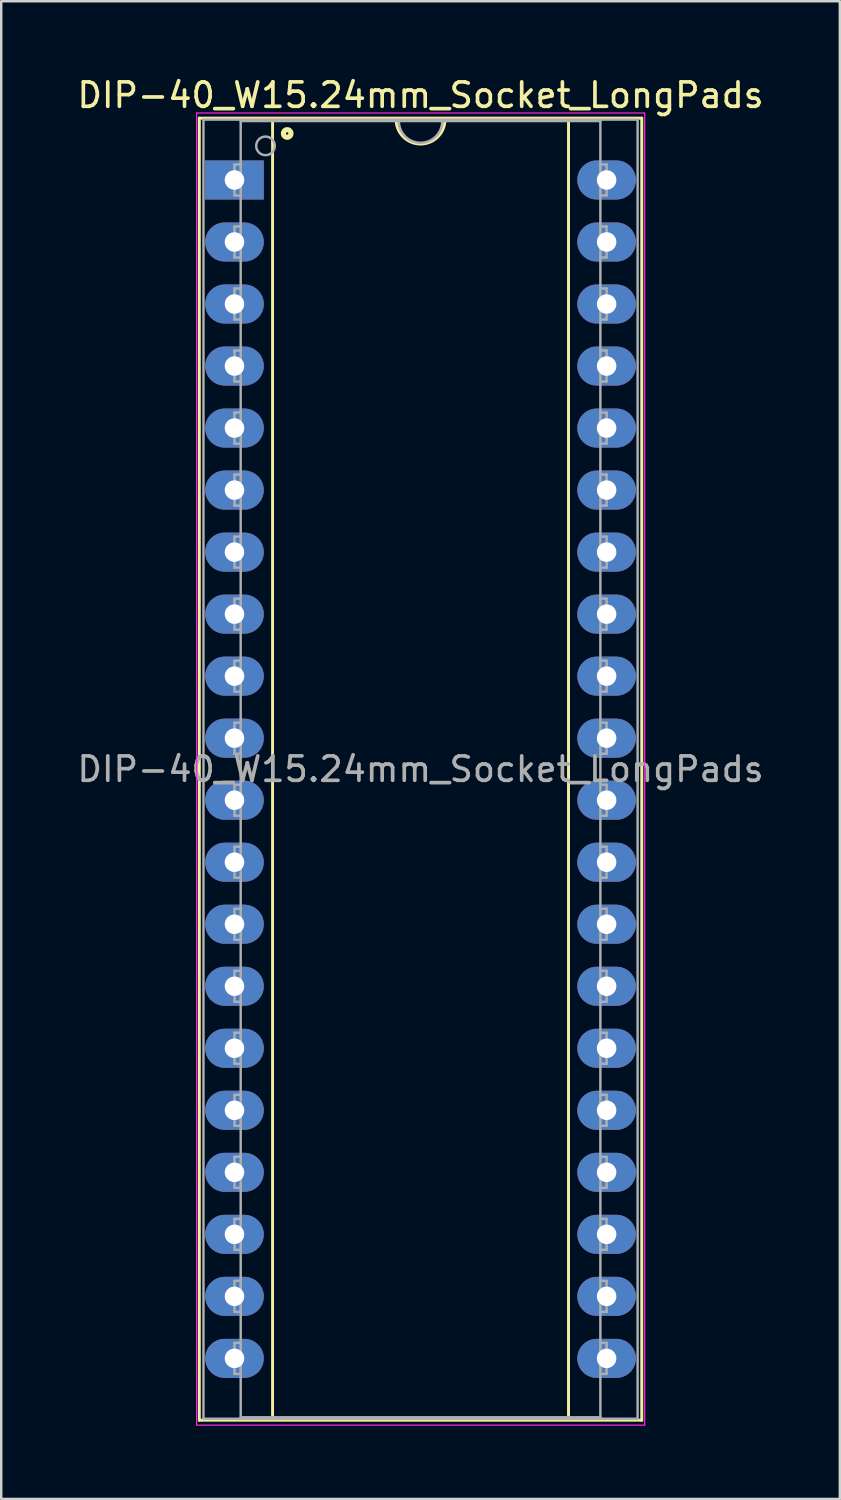
<source format=kicad_pcb>
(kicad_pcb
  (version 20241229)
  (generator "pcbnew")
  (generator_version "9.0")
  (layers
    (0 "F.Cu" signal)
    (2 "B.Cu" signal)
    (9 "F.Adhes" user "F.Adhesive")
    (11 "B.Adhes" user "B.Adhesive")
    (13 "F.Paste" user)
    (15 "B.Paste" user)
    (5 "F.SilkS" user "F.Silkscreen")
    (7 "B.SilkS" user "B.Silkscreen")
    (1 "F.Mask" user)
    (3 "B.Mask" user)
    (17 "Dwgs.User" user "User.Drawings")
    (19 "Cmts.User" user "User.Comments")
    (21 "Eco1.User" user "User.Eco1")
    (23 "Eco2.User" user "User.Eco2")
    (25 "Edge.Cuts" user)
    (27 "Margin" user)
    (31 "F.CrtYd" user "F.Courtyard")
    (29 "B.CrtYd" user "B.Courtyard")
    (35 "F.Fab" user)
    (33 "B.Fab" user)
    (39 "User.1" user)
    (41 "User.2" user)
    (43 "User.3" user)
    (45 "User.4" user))
  (footprint "DIP-40_W15.24mm_Socket_LongPads"
    (layer "F.Cu")
    (at 6.553 4.321)
    (property "Reference" "DIP-40_W15.24mm_Socket_LongPads" (at 7.62 -3.473 0) (layer "F.SilkS") (effects (font (size 1 1) (thickness 0.15))))
    (attr through_hole)
    (fp_line (start -1.44 -2.533) (end -1.44 50.793) (stroke (width 0.12) (type solid)) (layer "F.SilkS"))
    (fp_line (start -1.44 50.793) (end 16.68 50.793) (stroke (width 0.12) (type solid)) (layer "F.SilkS"))
    (fp_line (start 1.56 -2.473) (end 1.56 50.733) (stroke (width 0.12) (type solid)) (layer "F.SilkS"))
    (fp_line (start 1.56 50.733) (end 13.68 50.733) (stroke (width 0.12) (type solid)) (layer "F.SilkS"))
    (fp_line (start 6.62 -2.473) (end 1.56 -2.473) (stroke (width 0.12) (type solid)) (layer "F.SilkS"))
    (fp_line (start 13.68 -2.473) (end 8.62 -2.473) (stroke (width 0.12) (type solid)) (layer "F.SilkS"))
    (fp_line (start 13.68 50.733) (end 13.68 -2.473) (stroke (width 0.12) (type solid)) (layer "F.SilkS"))
    (fp_line (start 16.68 -2.533) (end -1.44 -2.533) (stroke (width 0.12) (type solid)) (layer "F.SilkS"))
    (fp_line (start 16.68 50.793) (end 16.68 -2.533) (stroke (width 0.12) (type solid)) (layer "F.SilkS"))
    (fp_arc (start 8.62 -2.473) (mid 7.62 -1.473) (end 6.62 -2.473) (stroke (width 0.12) (type solid)) (layer "F.SilkS"))
    (fp_circle (center 2.159 -1.905) (end 2.209 -1.905) (stroke (width 0.12) (type solid)) (fill no) (layer "F.SilkS"))
    (fp_circle (center 2.159 -1.905) (end 2.284 -1.905) (stroke (width 0.12) (type solid)) (fill no) (layer "F.SilkS"))
    (fp_circle (center 2.159 -1.905) (end 2.359 -1.905) (stroke (width 0.12) (type solid)) (fill no) (layer "F.SilkS"))
    (fp_line (start -1.55 -2.743) (end -1.55 50.993) (stroke (width 0.05) (type solid)) (layer "F.CrtYd"))
    (fp_line (start -1.55 50.993) (end 16.8 50.993) (stroke (width 0.05) (type solid)) (layer "F.CrtYd"))
    (fp_line (start 16.8 -2.743) (end -1.55 -2.743) (stroke (width 0.05) (type solid)) (layer "F.CrtYd"))
    (fp_line (start 16.8 50.993) (end 16.8 -2.743) (stroke (width 0.05) (type solid)) (layer "F.CrtYd"))
    (fp_line (start -1.27 -2.473) (end -1.27 50.733) (stroke (width 0.1) (type solid)) (layer "F.Fab"))
    (fp_line (start -1.27 50.733) (end 16.51 50.733) (stroke (width 0.1) (type solid)) (layer "F.Fab"))
    (fp_line (start 0 -0.635) (end 0 0.635) (stroke (width 0.1) (type solid)) (layer "F.Fab"))
    (fp_line (start 0 -0.635) (end 0.254 -0.635) (stroke (width 0.1) (type solid)) (layer "F.Fab"))
    (fp_line (start 0 0.635) (end 0.254 0.635) (stroke (width 0.1) (type solid)) (layer "F.Fab"))
    (fp_line (start 0 1.905) (end 0 3.175) (stroke (width 0.1) (type solid)) (layer "F.Fab"))
    (fp_line (start 0 1.905) (end 0.254 1.905) (stroke (width 0.1) (type solid)) (layer "F.Fab"))
    (fp_line (start 0 3.175) (end 0.254 3.175) (stroke (width 0.1) (type solid)) (layer "F.Fab"))
    (fp_line (start 0 4.445) (end 0 5.715) (stroke (width 0.1) (type solid)) (layer "F.Fab"))
    (fp_line (start 0 4.445) (end 0.254 4.445) (stroke (width 0.1) (type solid)) (layer "F.Fab"))
    (fp_line (start 0 5.715) (end 0.254 5.715) (stroke (width 0.1) (type solid)) (layer "F.Fab"))
    (fp_line (start 0 6.985) (end 0 8.255) (stroke (width 0.1) (type solid)) (layer "F.Fab"))
    (fp_line (start 0 6.985) (end 0.254 6.985) (stroke (width 0.1) (type solid)) (layer "F.Fab"))
    (fp_line (start 0 8.255) (end 0.254 8.255) (stroke (width 0.1) (type solid)) (layer "F.Fab"))
    (fp_line (start 0 9.525) (end 0 10.795) (stroke (width 0.1) (type solid)) (layer "F.Fab"))
    (fp_line (start 0 9.525) (end 0.254 9.525) (stroke (width 0.1) (type solid)) (layer "F.Fab"))
    (fp_line (start 0 10.795) (end 0.254 10.795) (stroke (width 0.1) (type solid)) (layer "F.Fab"))
    (fp_line (start 0 12.065) (end 0 13.335) (stroke (width 0.1) (type solid)) (layer "F.Fab"))
    (fp_line (start 0 12.065) (end 0.254 12.065) (stroke (width 0.1) (type solid)) (layer "F.Fab"))
    (fp_line (start 0 13.335) (end 0.254 13.335) (stroke (width 0.1) (type solid)) (layer "F.Fab"))
    (fp_line (start 0 14.605) (end 0 15.875) (stroke (width 0.1) (type solid)) (layer "F.Fab"))
    (fp_line (start 0 14.605) (end 0.254 14.605) (stroke (width 0.1) (type solid)) (layer "F.Fab"))
    (fp_line (start 0 15.875) (end 0.254 15.875) (stroke (width 0.1) (type solid)) (layer "F.Fab"))
    (fp_line (start 0 17.145) (end 0 18.415) (stroke (width 0.1) (type solid)) (layer "F.Fab"))
    (fp_line (start 0 17.145) (end 0.254 17.145) (stroke (width 0.1) (type solid)) (layer "F.Fab"))
    (fp_line (start 0 18.415) (end 0.254 18.415) (stroke (width 0.1) (type solid)) (layer "F.Fab"))
    (fp_line (start 0 19.685) (end 0 20.955) (stroke (width 0.1) (type solid)) (layer "F.Fab"))
    (fp_line (start 0 19.685) (end 0.254 19.685) (stroke (width 0.1) (type solid)) (layer "F.Fab"))
    (fp_line (start 0 20.955) (end 0.254 20.955) (stroke (width 0.1) (type solid)) (layer "F.Fab"))
    (fp_line (start 0 22.225) (end 0 23.495) (stroke (width 0.1) (type solid)) (layer "F.Fab"))
    (fp_line (start 0 22.225) (end 0.254 22.225) (stroke (width 0.1) (type solid)) (layer "F.Fab"))
    (fp_line (start 0 23.495) (end 0.254 23.495) (stroke (width 0.1) (type solid)) (layer "F.Fab"))
    (fp_line (start 0 24.765) (end 0 26.035) (stroke (width 0.1) (type solid)) (layer "F.Fab"))
    (fp_line (start 0 24.765) (end 0.254 24.765) (stroke (width 0.1) (type solid)) (layer "F.Fab"))
    (fp_line (start 0 26.035) (end 0.254 26.035) (stroke (width 0.1) (type solid)) (layer "F.Fab"))
    (fp_line (start 0 27.305) (end 0 28.575) (stroke (width 0.1) (type solid)) (layer "F.Fab"))
    (fp_line (start 0 27.305) (end 0.254 27.305) (stroke (width 0.1) (type solid)) (layer "F.Fab"))
    (fp_line (start 0 28.575) (end 0.254 28.575) (stroke (width 0.1) (type solid)) (layer "F.Fab"))
    (fp_line (start 0 29.845) (end 0 31.115) (stroke (width 0.1) (type solid)) (layer "F.Fab"))
    (fp_line (start 0 29.845) (end 0.254 29.845) (stroke (width 0.1) (type solid)) (layer "F.Fab"))
    (fp_line (start 0 31.115) (end 0.254 31.115) (stroke (width 0.1) (type solid)) (layer "F.Fab"))
    (fp_line (start 0 32.385) (end 0 33.655) (stroke (width 0.1) (type solid)) (layer "F.Fab"))
    (fp_line (start 0 32.385) (end 0.254 32.385) (stroke (width 0.1) (type solid)) (layer "F.Fab"))
    (fp_line (start 0 33.655) (end 0.254 33.655) (stroke (width 0.1) (type solid)) (layer "F.Fab"))
    (fp_line (start 0 34.925) (end 0 36.195) (stroke (width 0.1) (type solid)) (layer "F.Fab"))
    (fp_line (start 0 34.925) (end 0.254 34.925) (stroke (width 0.1) (type solid)) (layer "F.Fab"))
    (fp_line (start 0 36.195) (end 0.254 36.195) (stroke (width 0.1) (type solid)) (layer "F.Fab"))
    (fp_line (start 0 37.465) (end 0 38.735) (stroke (width 0.1) (type solid)) (layer "F.Fab"))
    (fp_line (start 0 37.465) (end 0.254 37.465) (stroke (width 0.1) (type solid)) (layer "F.Fab"))
    (fp_line (start 0 38.735) (end 0.254 38.735) (stroke (width 0.1) (type solid)) (layer "F.Fab"))
    (fp_line (start 0 40.005) (end 0 41.275) (stroke (width 0.1) (type solid)) (layer "F.Fab"))
    (fp_line (start 0 40.005) (end 0.254 40.005) (stroke (width 0.1) (type solid)) (layer "F.Fab"))
    (fp_line (start 0 41.275) (end 0.254 41.275) (stroke (width 0.1) (type solid)) (layer "F.Fab"))
    (fp_line (start 0 42.545) (end 0 43.815) (stroke (width 0.1) (type solid)) (layer "F.Fab"))
    (fp_line (start 0 42.545) (end 0.254 42.545) (stroke (width 0.1) (type solid)) (layer "F.Fab"))
    (fp_line (start 0 43.815) (end 0.254 43.815) (stroke (width 0.1) (type solid)) (layer "F.Fab"))
    (fp_line (start 0 45.085) (end 0 46.355) (stroke (width 0.1) (type solid)) (layer "F.Fab"))
    (fp_line (start 0 45.085) (end 0.254 45.085) (stroke (width 0.1) (type solid)) (layer "F.Fab"))
    (fp_line (start 0 46.355) (end 0.254 46.355) (stroke (width 0.1) (type solid)) (layer "F.Fab"))
    (fp_line (start 0 47.625) (end 0 48.895) (stroke (width 0.1) (type solid)) (layer "F.Fab"))
    (fp_line (start 0 47.625) (end 0.254 47.625) (stroke (width 0.1) (type solid)) (layer "F.Fab"))
    (fp_line (start 0 48.895) (end 0.254 48.895) (stroke (width 0.1) (type solid)) (layer "F.Fab"))
    (fp_line (start 0.254 -2.413) (end 14.985 -2.413) (stroke (width 0.1) (type solid)) (layer "F.Fab"))
    (fp_line (start 0.255 50.673) (end 0.254 -2.413) (stroke (width 0.1) (type solid)) (layer "F.Fab"))
    (fp_line (start 14.985 -2.413) (end 14.985 50.673) (stroke (width 0.1) (type solid)) (layer "F.Fab"))
    (fp_line (start 14.985 50.673) (end 0.255 50.673) (stroke (width 0.1) (type solid)) (layer "F.Fab"))
    (fp_line (start 15.24 -0.635) (end 14.986 -0.635) (stroke (width 0.1) (type solid)) (layer "F.Fab"))
    (fp_line (start 15.24 0.635) (end 14.986 0.635) (stroke (width 0.1) (type solid)) (layer "F.Fab"))
    (fp_line (start 15.24 0.635) (end 15.24 -0.635) (stroke (width 0.1) (type solid)) (layer "F.Fab"))
    (fp_line (start 15.24 1.905) (end 14.986 1.905) (stroke (width 0.1) (type solid)) (layer "F.Fab"))
    (fp_line (start 15.24 3.175) (end 14.986 3.175) (stroke (width 0.1) (type solid)) (layer "F.Fab"))
    (fp_line (start 15.24 3.175) (end 15.24 1.905) (stroke (width 0.1) (type solid)) (layer "F.Fab"))
    (fp_line (start 15.24 4.445) (end 14.986 4.445) (stroke (width 0.1) (type solid)) (layer "F.Fab"))
    (fp_line (start 15.24 5.715) (end 14.986 5.715) (stroke (width 0.1) (type solid)) (layer "F.Fab"))
    (fp_line (start 15.24 5.715) (end 15.24 4.445) (stroke (width 0.1) (type solid)) (layer "F.Fab"))
    (fp_line (start 15.24 6.985) (end 14.986 6.985) (stroke (width 0.1) (type solid)) (layer "F.Fab"))
    (fp_line (start 15.24 8.255) (end 14.986 8.255) (stroke (width 0.1) (type solid)) (layer "F.Fab"))
    (fp_line (start 15.24 8.255) (end 15.24 6.985) (stroke (width 0.1) (type solid)) (layer "F.Fab"))
    (fp_line (start 15.24 9.525) (end 14.986 9.525) (stroke (width 0.1) (type solid)) (layer "F.Fab"))
    (fp_line (start 15.24 10.795) (end 14.986 10.795) (stroke (width 0.1) (type solid)) (layer "F.Fab"))
    (fp_line (start 15.24 10.795) (end 15.24 9.525) (stroke (width 0.1) (type solid)) (layer "F.Fab"))
    (fp_line (start 15.24 12.065) (end 14.986 12.065) (stroke (width 0.1) (type solid)) (layer "F.Fab"))
    (fp_line (start 15.24 13.335) (end 14.986 13.335) (stroke (width 0.1) (type solid)) (layer "F.Fab"))
    (fp_line (start 15.24 13.335) (end 15.24 12.065) (stroke (width 0.1) (type solid)) (layer "F.Fab"))
    (fp_line (start 15.24 14.605) (end 14.986 14.605) (stroke (width 0.1) (type solid)) (layer "F.Fab"))
    (fp_line (start 15.24 15.875) (end 14.986 15.875) (stroke (width 0.1) (type solid)) (layer "F.Fab"))
    (fp_line (start 15.24 15.875) (end 15.24 14.605) (stroke (width 0.1) (type solid)) (layer "F.Fab"))
    (fp_line (start 15.24 17.145) (end 14.986 17.145) (stroke (width 0.1) (type solid)) (layer "F.Fab"))
    (fp_line (start 15.24 18.415) (end 14.986 18.415) (stroke (width 0.1) (type solid)) (layer "F.Fab"))
    (fp_line (start 15.24 18.415) (end 15.24 17.145) (stroke (width 0.1) (type solid)) (layer "F.Fab"))
    (fp_line (start 15.24 19.685) (end 14.986 19.685) (stroke (width 0.1) (type solid)) (layer "F.Fab"))
    (fp_line (start 15.24 20.955) (end 14.986 20.955) (stroke (width 0.1) (type solid)) (layer "F.Fab"))
    (fp_line (start 15.24 20.955) (end 15.24 19.685) (stroke (width 0.1) (type solid)) (layer "F.Fab"))
    (fp_line (start 15.24 22.225) (end 14.986 22.225) (stroke (width 0.1) (type solid)) (layer "F.Fab"))
    (fp_line (start 15.24 23.495) (end 14.986 23.495) (stroke (width 0.1) (type solid)) (layer "F.Fab"))
    (fp_line (start 15.24 23.495) (end 15.24 22.225) (stroke (width 0.1) (type solid)) (layer "F.Fab"))
    (fp_line (start 15.24 24.765) (end 14.986 24.765) (stroke (width 0.1) (type solid)) (layer "F.Fab"))
    (fp_line (start 15.24 26.035) (end 14.986 26.035) (stroke (width 0.1) (type solid)) (layer "F.Fab"))
    (fp_line (start 15.24 26.035) (end 15.24 24.765) (stroke (width 0.1) (type solid)) (layer "F.Fab"))
    (fp_line (start 15.24 27.305) (end 14.986 27.305) (stroke (width 0.1) (type solid)) (layer "F.Fab"))
    (fp_line (start 15.24 28.575) (end 14.986 28.575) (stroke (width 0.1) (type solid)) (layer "F.Fab"))
    (fp_line (start 15.24 28.575) (end 15.24 27.305) (stroke (width 0.1) (type solid)) (layer "F.Fab"))
    (fp_line (start 15.24 29.845) (end 14.986 29.845) (stroke (width 0.1) (type solid)) (layer "F.Fab"))
    (fp_line (start 15.24 31.115) (end 14.986 31.115) (stroke (width 0.1) (type solid)) (layer "F.Fab"))
    (fp_line (start 15.24 31.115) (end 15.24 29.845) (stroke (width 0.1) (type solid)) (layer "F.Fab"))
    (fp_line (start 15.24 32.385) (end 14.986 32.385) (stroke (width 0.1) (type solid)) (layer "F.Fab"))
    (fp_line (start 15.24 33.655) (end 14.986 33.655) (stroke (width 0.1) (type solid)) (layer "F.Fab"))
    (fp_line (start 15.24 33.655) (end 15.24 32.385) (stroke (width 0.1) (type solid)) (layer "F.Fab"))
    (fp_line (start 15.24 34.925) (end 14.986 34.925) (stroke (width 0.1) (type solid)) (layer "F.Fab"))
    (fp_line (start 15.24 36.195) (end 14.986 36.195) (stroke (width 0.1) (type solid)) (layer "F.Fab"))
    (fp_line (start 15.24 36.195) (end 15.24 34.925) (stroke (width 0.1) (type solid)) (layer "F.Fab"))
    (fp_line (start 15.24 37.465) (end 14.986 37.465) (stroke (width 0.1) (type solid)) (layer "F.Fab"))
    (fp_line (start 15.24 38.735) (end 14.986 38.735) (stroke (width 0.1) (type solid)) (layer "F.Fab"))
    (fp_line (start 15.24 38.735) (end 15.24 37.465) (stroke (width 0.1) (type solid)) (layer "F.Fab"))
    (fp_line (start 15.24 40.005) (end 14.986 40.005) (stroke (width 0.1) (type solid)) (layer "F.Fab"))
    (fp_line (start 15.24 41.275) (end 14.986 41.275) (stroke (width 0.1) (type solid)) (layer "F.Fab"))
    (fp_line (start 15.24 41.275) (end 15.24 40.005) (stroke (width 0.1) (type solid)) (layer "F.Fab"))
    (fp_line (start 15.24 42.545) (end 14.986 42.545) (stroke (width 0.1) (type solid)) (layer "F.Fab"))
    (fp_line (start 15.24 43.815) (end 14.986 43.815) (stroke (width 0.1) (type solid)) (layer "F.Fab"))
    (fp_line (start 15.24 43.815) (end 15.24 42.545) (stroke (width 0.1) (type solid)) (layer "F.Fab"))
    (fp_line (start 15.24 45.085) (end 14.986 45.085) (stroke (width 0.1) (type solid)) (layer "F.Fab"))
    (fp_line (start 15.24 46.355) (end 14.986 46.355) (stroke (width 0.1) (type solid)) (layer "F.Fab"))
    (fp_line (start 15.24 46.355) (end 15.24 45.085) (stroke (width 0.1) (type solid)) (layer "F.Fab"))
    (fp_line (start 15.24 47.625) (end 14.986 47.625) (stroke (width 0.1) (type solid)) (layer "F.Fab"))
    (fp_line (start 15.24 48.895) (end 14.986 48.895) (stroke (width 0.1) (type solid)) (layer "F.Fab"))
    (fp_line (start 15.24 48.895) (end 15.24 47.625) (stroke (width 0.1) (type solid)) (layer "F.Fab"))
    (fp_line (start 16.51 -2.473) (end -1.27 -2.473) (stroke (width 0.1) (type solid)) (layer "F.Fab"))
    (fp_line (start 16.51 50.733) (end 16.51 -2.473) (stroke (width 0.1) (type solid)) (layer "F.Fab"))
    (fp_arc (start 8.509 -2.413) (mid 7.62 -1.524) (end 6.731 -2.413) (stroke (width 0.1) (type solid)) (layer "F.Fab"))
    (fp_circle (center 1.27 -1.397) (end 1.651 -1.397) (stroke (width 0.1) (type solid)) (fill no) (layer "F.Fab"))
    (fp_text user "${REFERENCE}" (at 7.62 24.13 0) (layer "F.Fab") (effects (font (size 1 1) (thickness 0.15))))
    (pad "1" thru_hole rect (at 0 0) (size 2.4 1.6) (drill 0.8) (layers "*.Cu" "*.Mask"))
    (pad "2" thru_hole oval (at 0 2.54) (size 2.4 1.6) (drill 0.8) (layers "*.Cu" "*.Mask"))
    (pad "3" thru_hole oval (at 0 5.08) (size 2.4 1.6) (drill 0.8) (layers "*.Cu" "*.Mask"))
    (pad "4" thru_hole oval (at 0 7.62) (size 2.4 1.6) (drill 0.8) (layers "*.Cu" "*.Mask"))
    (pad "5" thru_hole oval (at 0 10.16) (size 2.4 1.6) (drill 0.8) (layers "*.Cu" "*.Mask"))
    (pad "6" thru_hole oval (at 0 12.7) (size 2.4 1.6) (drill 0.8) (layers "*.Cu" "*.Mask"))
    (pad "7" thru_hole oval (at 0 15.24) (size 2.4 1.6) (drill 0.8) (layers "*.Cu" "*.Mask"))
    (pad "8" thru_hole oval (at 0 17.78) (size 2.4 1.6) (drill 0.8) (layers "*.Cu" "*.Mask"))
    (pad "9" thru_hole oval (at 0 20.32) (size 2.4 1.6) (drill 0.8) (layers "*.Cu" "*.Mask"))
    (pad "10" thru_hole oval (at 0 22.86) (size 2.4 1.6) (drill 0.8) (layers "*.Cu" "*.Mask"))
    (pad "11" thru_hole oval (at 0 25.4) (size 2.4 1.6) (drill 0.8) (layers "*.Cu" "*.Mask"))
    (pad "12" thru_hole oval (at 0 27.94) (size 2.4 1.6) (drill 0.8) (layers "*.Cu" "*.Mask"))
    (pad "13" thru_hole oval (at 0 30.48) (size 2.4 1.6) (drill 0.8) (layers "*.Cu" "*.Mask"))
    (pad "14" thru_hole oval (at 0 33.02) (size 2.4 1.6) (drill 0.8) (layers "*.Cu" "*.Mask"))
    (pad "15" thru_hole oval (at 0 35.56) (size 2.4 1.6) (drill 0.8) (layers "*.Cu" "*.Mask"))
    (pad "16" thru_hole oval (at 0 38.1) (size 2.4 1.6) (drill 0.8) (layers "*.Cu" "*.Mask"))
    (pad "17" thru_hole oval (at 0 40.64) (size 2.4 1.6) (drill 0.8) (layers "*.Cu" "*.Mask"))
    (pad "18" thru_hole oval (at 0 43.18) (size 2.4 1.6) (drill 0.8) (layers "*.Cu" "*.Mask"))
    (pad "19" thru_hole oval (at 0 45.72) (size 2.4 1.6) (drill 0.8) (layers "*.Cu" "*.Mask"))
    (pad "20" thru_hole oval (at 0 48.26) (size 2.4 1.6) (drill 0.8) (layers "*.Cu" "*.Mask"))
    (pad "21" thru_hole oval (at 15.24 48.26) (size 2.4 1.6) (drill 0.8) (layers "*.Cu" "*.Mask"))
    (pad "22" thru_hole oval (at 15.24 45.72) (size 2.4 1.6) (drill 0.8) (layers "*.Cu" "*.Mask"))
    (pad "23" thru_hole oval (at 15.24 43.18) (size 2.4 1.6) (drill 0.8) (layers "*.Cu" "*.Mask"))
    (pad "24" thru_hole oval (at 15.24 40.64) (size 2.4 1.6) (drill 0.8) (layers "*.Cu" "*.Mask"))
    (pad "25" thru_hole oval (at 15.24 38.1) (size 2.4 1.6) (drill 0.8) (layers "*.Cu" "*.Mask"))
    (pad "26" thru_hole oval (at 15.24 35.56) (size 2.4 1.6) (drill 0.8) (layers "*.Cu" "*.Mask"))
    (pad "27" thru_hole oval (at 15.24 33.02) (size 2.4 1.6) (drill 0.8) (layers "*.Cu" "*.Mask"))
    (pad "28" thru_hole oval (at 15.24 30.48) (size 2.4 1.6) (drill 0.8) (layers "*.Cu" "*.Mask"))
    (pad "29" thru_hole oval (at 15.24 27.94) (size 2.4 1.6) (drill 0.8) (layers "*.Cu" "*.Mask"))
    (pad "30" thru_hole oval (at 15.24 25.4) (size 2.4 1.6) (drill 0.8) (layers "*.Cu" "*.Mask"))
    (pad "31" thru_hole oval (at 15.24 22.86) (size 2.4 1.6) (drill 0.8) (layers "*.Cu" "*.Mask"))
    (pad "32" thru_hole oval (at 15.24 20.32) (size 2.4 1.6) (drill 0.8) (layers "*.Cu" "*.Mask"))
    (pad "33" thru_hole oval (at 15.24 17.78) (size 2.4 1.6) (drill 0.8) (layers "*.Cu" "*.Mask"))
    (pad "34" thru_hole oval (at 15.24 15.24) (size 2.4 1.6) (drill 0.8) (layers "*.Cu" "*.Mask"))
    (pad "35" thru_hole oval (at 15.24 12.7) (size 2.4 1.6) (drill 0.8) (layers "*.Cu" "*.Mask"))
    (pad "36" thru_hole oval (at 15.24 10.16) (size 2.4 1.6) (drill 0.8) (layers "*.Cu" "*.Mask"))
    (pad "37" thru_hole oval (at 15.24 7.62) (size 2.4 1.6) (drill 0.8) (layers "*.Cu" "*.Mask"))
    (pad "38" thru_hole oval (at 15.24 5.08) (size 2.4 1.6) (drill 0.8) (layers "*.Cu" "*.Mask"))
    (pad "39" thru_hole oval (at 15.24 2.54) (size 2.4 1.6) (drill 0.8) (layers "*.Cu" "*.Mask"))
    (pad "40" thru_hole oval (at 15.24 0) (size 2.4 1.6) (drill 0.8) (layers "*.Cu" "*.Mask")))
  (gr_rect
    (start -3 -3)
    (end 31.345 58.339)
    (stroke (width 0.1) (type default))
    (fill no)
    (layer "Edge.Cuts")))
</source>
